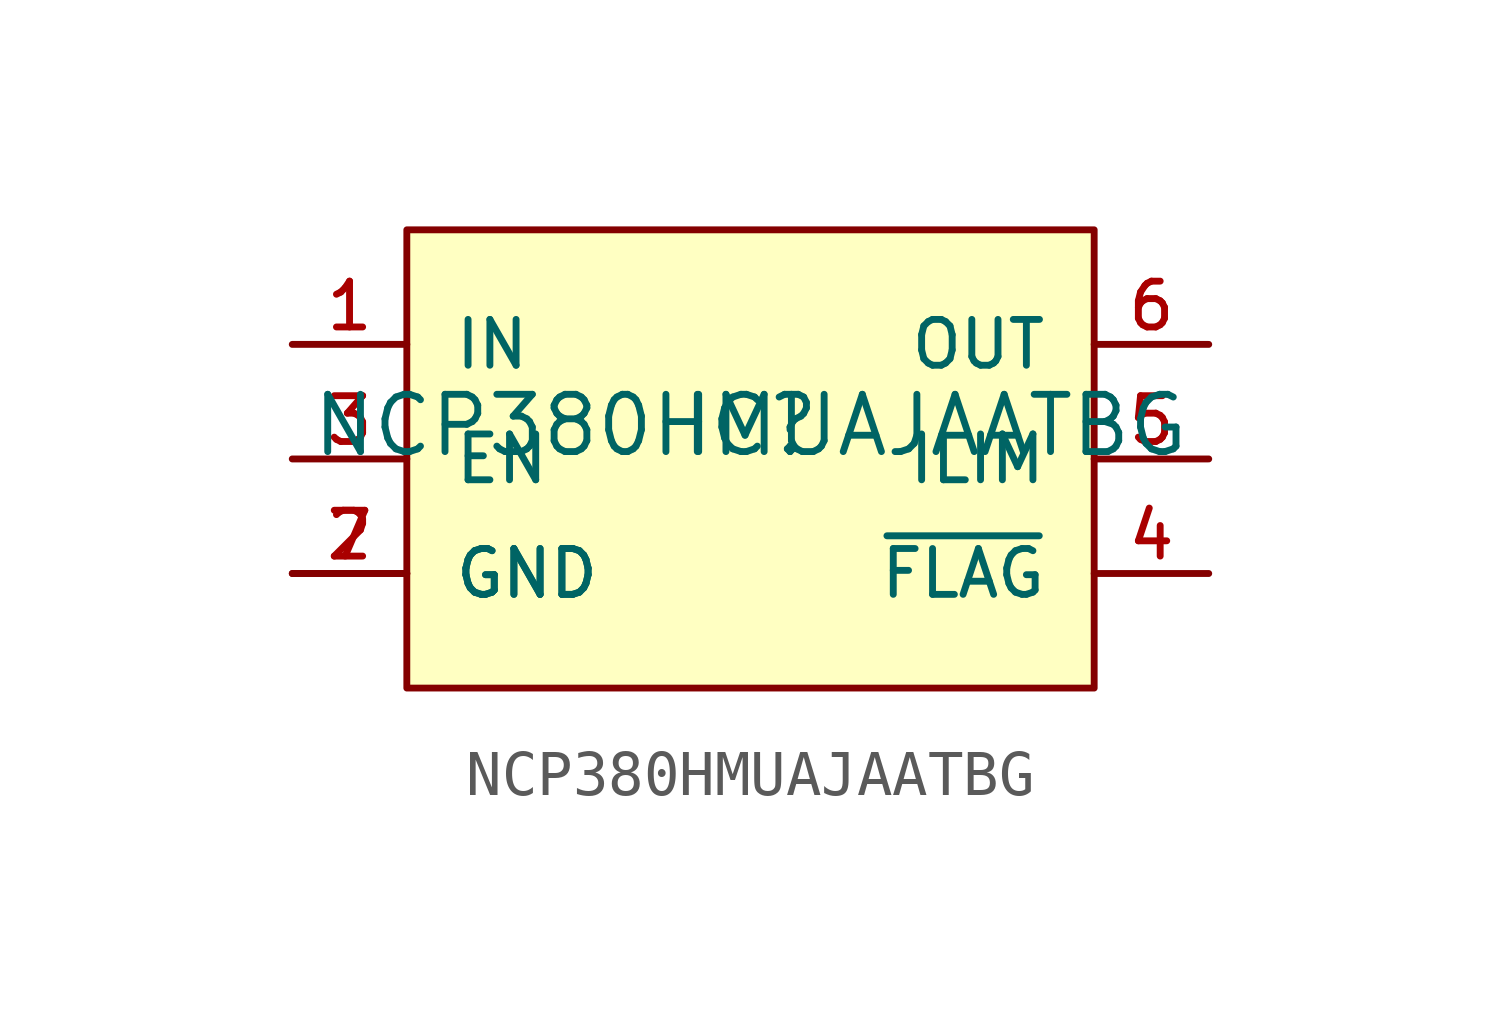
<source format=kicad_sym>
(kicad_symbol_lib
  (version 20211014)
  (generator kicad_symbol_editor)
  (symbol "NCP380HMUAJAATBG"
    (pin_names
      (offset 1.016))
    (property "Reference" "IC"
      (at 0 0 0)
      (effects (font (size 1.27 1.27)) (justify bottom)))
    (property "Value" "NCP380HMUAJAATBG"
      (at 0 0.0 0)
      (effects (font (size 1.27 1.27)) (justify bottom)))
    (symbol "NCP380HMUAJAATBG_0_0"
      (rectangle (start -7.62 -5.08) (end 7.62 5.08) (stroke (width 0.152)) (fill (type background)))
      (pin bidirectional line (at -10.16 2.54 0) (length 2.54) (name "IN" (effects (font (size 1.016 1.016)))) (number "1" (effects (font (size 1.016 1.016)))))
      (pin bidirectional line (at -10.16 -2.54 0) (length 2.54) (name "GND" (effects (font (size 1.016 1.016)))) (number "2" (effects (font (size 1.016 1.016)))))
      (pin bidirectional line (at -10.16 -2.54 0) (length 2.54) (name "GND" (effects (font (size 1.016 1.016)))) (number "7" (effects (font (size 1.016 1.016)))))
      (pin bidirectional line (at -10.16 0.0 0) (length 2.54) (name "EN" (effects (font (size 1.016 1.016)))) (number "3" (effects (font (size 1.016 1.016)))))
      (pin bidirectional line (at 10.16 -2.54 180.0) (length 2.54) (name "~{FLAG}" (effects (font (size 1.016 1.016)))) (number "4" (effects (font (size 1.016 1.016)))))
      (pin bidirectional line (at 10.16 0.0 180.0) (length 2.54) (name "ILIM" (effects (font (size 1.016 1.016)))) (number "5" (effects (font (size 1.016 1.016)))))
      (pin bidirectional line (at 10.16 2.54 180.0) (length 2.54) (name "OUT" (effects (font (size 1.016 1.016)))) (number "6" (effects (font (size 1.016 1.016))))))))
</source>
